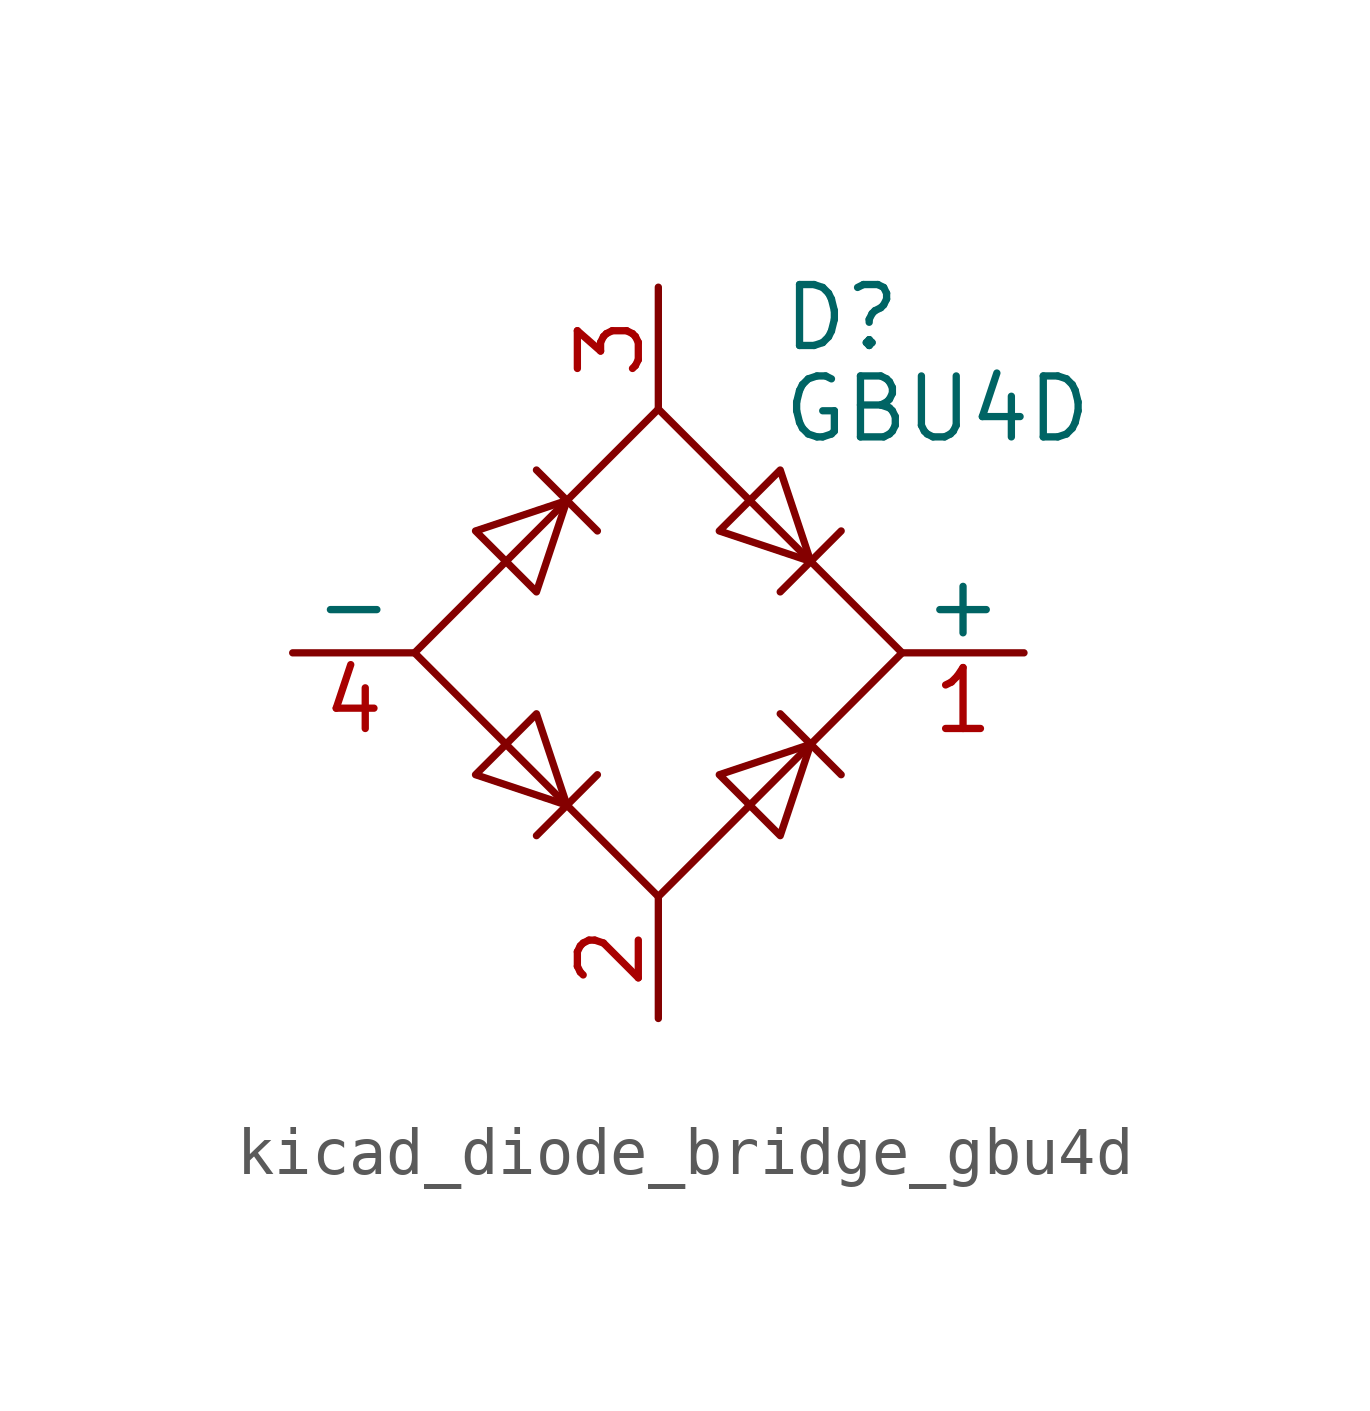
<source format=kicad_sym>
(kicad_symbol_lib
  (version 20220914)
  (generator kicad_symbol_editor)
  (symbol "kicad_diode_bridge_gbu4d"
    (pin_names
      (offset 0))
    (property "Reference" "D"
      (at 2.54 6.985 0)
      (effects (font (size 1.27 1.27)) (justify left)))
    (property "Value" "GBU4D"
      (at 2.54 5.08 0)
      (effects (font (size 1.27 1.27)) (justify left)))
    (symbol "kicad_diode_bridge_gbu4d_0_1"
      (polyline (pts (xy -2.54 3.81) (xy -1.27 2.54)) (stroke (width 0) (type default)) (fill (type none)))
      (polyline (pts (xy -1.27 -2.54) (xy -2.54 -3.81)) (stroke (width 0) (type default)) (fill (type none)))
      (polyline (pts (xy 2.54 -1.27) (xy 3.81 -2.54)) (stroke (width 0) (type default)) (fill (type none)))
      (polyline (pts (xy 2.54 1.27) (xy 3.81 2.54)) (stroke (width 0) (type default)) (fill (type none)))
      (polyline (pts (xy -3.81 2.54) (xy -2.54 1.27) (xy -1.905 3.175) (xy -3.81 2.54)) (stroke (width 0) (type default)) (fill (type none)))
      (polyline (pts (xy -2.54 -1.27) (xy -3.81 -2.54) (xy -1.905 -3.175) (xy -2.54 -1.27)) (stroke (width 0) (type default)) (fill (type none)))
      (polyline (pts (xy 1.27 2.54) (xy 2.54 3.81) (xy 3.175 1.905) (xy 1.27 2.54)) (stroke (width 0) (type default)) (fill (type none)))
      (polyline (pts (xy 3.175 -1.905) (xy 1.27 -2.54) (xy 2.54 -3.81) (xy 3.175 -1.905)) (stroke (width 0) (type default)) (fill (type none)))
      (polyline (pts (xy -5.08 0) (xy 0 -5.08) (xy 5.08 0) (xy 0 5.08) (xy -5.08 0)) (stroke (width 0) (type default)) (fill (type none))))
    (symbol "kicad_diode_bridge_gbu4d_1_1"
      (pin passive line (at 7.62 0 180) (length 2.54) (name "+" (effects (font (size 1.27 1.27)))) (number "1" (effects (font (size 1.27 1.27)))))
      (pin passive line (at 0 -7.62 90) (length 2.54) (name "~" (effects (font (size 1.27 1.27)))) (number "2" (effects (font (size 1.27 1.27)))))
      (pin passive line (at 0 7.62 270) (length 2.54) (name "~" (effects (font (size 1.27 1.27)))) (number "3" (effects (font (size 1.27 1.27)))))
      (pin passive line (at -7.62 0 0) (length 2.54) (name "-" (effects (font (size 1.27 1.27)))) (number "4" (effects (font (size 1.27 1.27))))))))
</source>
